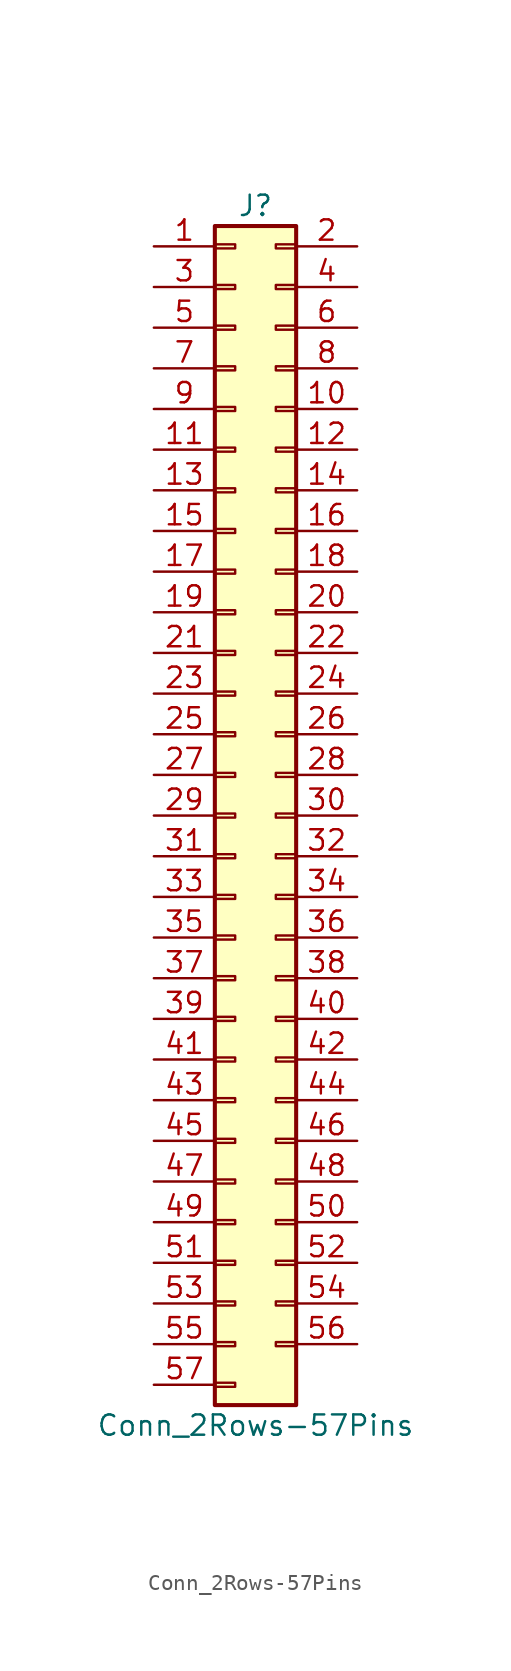
<source format=kicad_sym>
(kicad_symbol_lib
  (version 20201005)
  (generator kicad_symbol_editor)
  (symbol "Conn_2Rows-57Pins"
    (pin_names
      (offset 1.016) hide)
    (property "Reference" "J"
      (at 1.27 38.1 0)
      (effects (font (size 1.27 1.27))))
    (property "Value" "Conn_2Rows-57Pins"
      (at 1.27 -38.1 0)
      (effects (font (size 1.27 1.27))))
    (symbol "Conn_2Rows-57Pins_1_1"
      (rectangle (start -1.27 -35.433) (end 0 -35.687) (stroke (width 0.152)) (fill (type none)))
      (rectangle (start -1.27 -32.893) (end 0 -33.147) (stroke (width 0.152)) (fill (type none)))
      (rectangle (start -1.27 -30.353) (end 0 -30.607) (stroke (width 0.152)) (fill (type none)))
      (rectangle (start -1.27 -27.813) (end 0 -28.067) (stroke (width 0.152)) (fill (type none)))
      (rectangle (start -1.27 -25.273) (end 0 -25.527) (stroke (width 0.152)) (fill (type none)))
      (rectangle (start -1.27 -22.733) (end 0 -22.987) (stroke (width 0.152)) (fill (type none)))
      (rectangle (start -1.27 -20.193) (end 0 -20.447) (stroke (width 0.152)) (fill (type none)))
      (rectangle (start -1.27 -17.653) (end 0 -17.907) (stroke (width 0.152)) (fill (type none)))
      (rectangle (start -1.27 -15.113) (end 0 -15.367) (stroke (width 0.152)) (fill (type none)))
      (rectangle (start -1.27 -12.573) (end 0 -12.827) (stroke (width 0.152)) (fill (type none)))
      (rectangle (start -1.27 -10.033) (end 0 -10.287) (stroke (width 0.152)) (fill (type none)))
      (rectangle (start -1.27 -7.493) (end 0 -7.747) (stroke (width 0.152)) (fill (type none)))
      (rectangle (start -1.27 -4.953) (end 0 -5.207) (stroke (width 0.152)) (fill (type none)))
      (rectangle (start -1.27 -2.413) (end 0 -2.667) (stroke (width 0.152)) (fill (type none)))
      (rectangle (start -1.27 0.127) (end 0 -0.127) (stroke (width 0.152)) (fill (type none)))
      (rectangle (start -1.27 2.667) (end 0 2.413) (stroke (width 0.152)) (fill (type none)))
      (rectangle (start -1.27 5.207) (end 0 4.953) (stroke (width 0.152)) (fill (type none)))
      (rectangle (start -1.27 7.747) (end 0 7.493) (stroke (width 0.152)) (fill (type none)))
      (rectangle (start -1.27 10.287) (end 0 10.033) (stroke (width 0.152)) (fill (type none)))
      (rectangle (start -1.27 12.827) (end 0 12.573) (stroke (width 0.152)) (fill (type none)))
      (rectangle (start -1.27 15.367) (end 0 15.113) (stroke (width 0.152)) (fill (type none)))
      (rectangle (start -1.27 17.907) (end 0 17.653) (stroke (width 0.152)) (fill (type none)))
      (rectangle (start -1.27 20.447) (end 0 20.193) (stroke (width 0.152)) (fill (type none)))
      (rectangle (start -1.27 22.987) (end 0 22.733) (stroke (width 0.152)) (fill (type none)))
      (rectangle (start -1.27 25.527) (end 0 25.273) (stroke (width 0.152)) (fill (type none)))
      (rectangle (start -1.27 28.067) (end 0 27.813) (stroke (width 0.152)) (fill (type none)))
      (rectangle (start -1.27 30.607) (end 0 30.353) (stroke (width 0.152)) (fill (type none)))
      (rectangle (start -1.27 33.147) (end 0 32.893) (stroke (width 0.152)) (fill (type none)))
      (rectangle (start -1.27 35.687) (end 0 35.433) (stroke (width 0.152)) (fill (type none)))
      (rectangle (start 3.81 -32.893) (end 2.54 -33.147) (stroke (width 0.152)) (fill (type none)))
      (rectangle (start 3.81 -30.353) (end 2.54 -30.607) (stroke (width 0.152)) (fill (type none)))
      (rectangle (start 3.81 -27.813) (end 2.54 -28.067) (stroke (width 0.152)) (fill (type none)))
      (rectangle (start 3.81 -25.273) (end 2.54 -25.527) (stroke (width 0.152)) (fill (type none)))
      (rectangle (start 3.81 -22.733) (end 2.54 -22.987) (stroke (width 0.152)) (fill (type none)))
      (rectangle (start 3.81 -20.193) (end 2.54 -20.447) (stroke (width 0.152)) (fill (type none)))
      (rectangle (start 3.81 -17.653) (end 2.54 -17.907) (stroke (width 0.152)) (fill (type none)))
      (rectangle (start 3.81 -15.113) (end 2.54 -15.367) (stroke (width 0.152)) (fill (type none)))
      (rectangle (start 3.81 -12.573) (end 2.54 -12.827) (stroke (width 0.152)) (fill (type none)))
      (rectangle (start 3.81 -10.033) (end 2.54 -10.287) (stroke (width 0.152)) (fill (type none)))
      (rectangle (start 3.81 -7.493) (end 2.54 -7.747) (stroke (width 0.152)) (fill (type none)))
      (rectangle (start 3.81 -4.953) (end 2.54 -5.207) (stroke (width 0.152)) (fill (type none)))
      (rectangle (start 3.81 -2.413) (end 2.54 -2.667) (stroke (width 0.152)) (fill (type none)))
      (rectangle (start 3.81 0.127) (end 2.54 -0.127) (stroke (width 0.152)) (fill (type none)))
      (rectangle (start 3.81 2.667) (end 2.54 2.413) (stroke (width 0.152)) (fill (type none)))
      (rectangle (start 3.81 5.207) (end 2.54 4.953) (stroke (width 0.152)) (fill (type none)))
      (rectangle (start 3.81 7.747) (end 2.54 7.493) (stroke (width 0.152)) (fill (type none)))
      (rectangle (start 3.81 10.287) (end 2.54 10.033) (stroke (width 0.152)) (fill (type none)))
      (rectangle (start 3.81 12.827) (end 2.54 12.573) (stroke (width 0.152)) (fill (type none)))
      (rectangle (start 3.81 15.367) (end 2.54 15.113) (stroke (width 0.152)) (fill (type none)))
      (rectangle (start 3.81 17.907) (end 2.54 17.653) (stroke (width 0.152)) (fill (type none)))
      (rectangle (start 3.81 20.447) (end 2.54 20.193) (stroke (width 0.152)) (fill (type none)))
      (rectangle (start 3.81 22.987) (end 2.54 22.733) (stroke (width 0.152)) (fill (type none)))
      (rectangle (start 3.81 25.527) (end 2.54 25.273) (stroke (width 0.152)) (fill (type none)))
      (rectangle (start 3.81 28.067) (end 2.54 27.813) (stroke (width 0.152)) (fill (type none)))
      (rectangle (start 3.81 30.607) (end 2.54 30.353) (stroke (width 0.152)) (fill (type none)))
      (rectangle (start 3.81 33.147) (end 2.54 32.893) (stroke (width 0.152)) (fill (type none)))
      (rectangle (start 3.81 35.687) (end 2.54 35.433) (stroke (width 0.152)) (fill (type none)))
      (rectangle (start -1.27 36.83) (end 3.81 -36.83) (stroke (width 0.254)) (fill (type background)))
      (pin passive line (at -5.08 35.56 0) (length 3.81) (name "Pin_1" (effects (font (size 1.27 1.27)))) (number "1" (effects (font (size 1.27 1.27)))))
      (pin passive line (at 7.62 25.4 180) (length 3.81) (name "Pin_10" (effects (font (size 1.27 1.27)))) (number "10" (effects (font (size 1.27 1.27)))))
      (pin passive line (at -5.08 22.86 0) (length 3.81) (name "Pin_11" (effects (font (size 1.27 1.27)))) (number "11" (effects (font (size 1.27 1.27)))))
      (pin passive line (at 7.62 22.86 180) (length 3.81) (name "Pin_12" (effects (font (size 1.27 1.27)))) (number "12" (effects (font (size 1.27 1.27)))))
      (pin passive line (at -5.08 20.32 0) (length 3.81) (name "Pin_13" (effects (font (size 1.27 1.27)))) (number "13" (effects (font (size 1.27 1.27)))))
      (pin passive line (at 7.62 20.32 180) (length 3.81) (name "Pin_14" (effects (font (size 1.27 1.27)))) (number "14" (effects (font (size 1.27 1.27)))))
      (pin passive line (at -5.08 17.78 0) (length 3.81) (name "Pin_15" (effects (font (size 1.27 1.27)))) (number "15" (effects (font (size 1.27 1.27)))))
      (pin passive line (at 7.62 17.78 180) (length 3.81) (name "Pin_16" (effects (font (size 1.27 1.27)))) (number "16" (effects (font (size 1.27 1.27)))))
      (pin passive line (at -5.08 15.24 0) (length 3.81) (name "Pin_17" (effects (font (size 1.27 1.27)))) (number "17" (effects (font (size 1.27 1.27)))))
      (pin passive line (at 7.62 15.24 180) (length 3.81) (name "Pin_18" (effects (font (size 1.27 1.27)))) (number "18" (effects (font (size 1.27 1.27)))))
      (pin passive line (at -5.08 12.7 0) (length 3.81) (name "Pin_19" (effects (font (size 1.27 1.27)))) (number "19" (effects (font (size 1.27 1.27)))))
      (pin passive line (at 7.62 35.56 180) (length 3.81) (name "Pin_2" (effects (font (size 1.27 1.27)))) (number "2" (effects (font (size 1.27 1.27)))))
      (pin passive line (at 7.62 12.7 180) (length 3.81) (name "Pin_20" (effects (font (size 1.27 1.27)))) (number "20" (effects (font (size 1.27 1.27)))))
      (pin passive line (at -5.08 10.16 0) (length 3.81) (name "Pin_21" (effects (font (size 1.27 1.27)))) (number "21" (effects (font (size 1.27 1.27)))))
      (pin passive line (at 7.62 10.16 180) (length 3.81) (name "Pin_22" (effects (font (size 1.27 1.27)))) (number "22" (effects (font (size 1.27 1.27)))))
      (pin passive line (at -5.08 7.62 0) (length 3.81) (name "Pin_23" (effects (font (size 1.27 1.27)))) (number "23" (effects (font (size 1.27 1.27)))))
      (pin passive line (at 7.62 7.62 180) (length 3.81) (name "Pin_24" (effects (font (size 1.27 1.27)))) (number "24" (effects (font (size 1.27 1.27)))))
      (pin passive line (at -5.08 5.08 0) (length 3.81) (name "Pin_25" (effects (font (size 1.27 1.27)))) (number "25" (effects (font (size 1.27 1.27)))))
      (pin passive line (at 7.62 5.08 180) (length 3.81) (name "Pin_26" (effects (font (size 1.27 1.27)))) (number "26" (effects (font (size 1.27 1.27)))))
      (pin passive line (at -5.08 2.54 0) (length 3.81) (name "Pin_27" (effects (font (size 1.27 1.27)))) (number "27" (effects (font (size 1.27 1.27)))))
      (pin passive line (at 7.62 2.54 180) (length 3.81) (name "Pin_28" (effects (font (size 1.27 1.27)))) (number "28" (effects (font (size 1.27 1.27)))))
      (pin passive line (at -5.08 0 0) (length 3.81) (name "Pin_29" (effects (font (size 1.27 1.27)))) (number "29" (effects (font (size 1.27 1.27)))))
      (pin passive line (at -5.08 33.02 0) (length 3.81) (name "Pin_3" (effects (font (size 1.27 1.27)))) (number "3" (effects (font (size 1.27 1.27)))))
      (pin passive line (at 7.62 0 180) (length 3.81) (name "Pin_30" (effects (font (size 1.27 1.27)))) (number "30" (effects (font (size 1.27 1.27)))))
      (pin passive line (at -5.08 -2.54 0) (length 3.81) (name "Pin_31" (effects (font (size 1.27 1.27)))) (number "31" (effects (font (size 1.27 1.27)))))
      (pin passive line (at 7.62 -2.54 180) (length 3.81) (name "Pin_32" (effects (font (size 1.27 1.27)))) (number "32" (effects (font (size 1.27 1.27)))))
      (pin passive line (at -5.08 -5.08 0) (length 3.81) (name "Pin_33" (effects (font (size 1.27 1.27)))) (number "33" (effects (font (size 1.27 1.27)))))
      (pin passive line (at 7.62 -5.08 180) (length 3.81) (name "Pin_34" (effects (font (size 1.27 1.27)))) (number "34" (effects (font (size 1.27 1.27)))))
      (pin passive line (at -5.08 -7.62 0) (length 3.81) (name "Pin_35" (effects (font (size 1.27 1.27)))) (number "35" (effects (font (size 1.27 1.27)))))
      (pin passive line (at 7.62 -7.62 180) (length 3.81) (name "Pin_36" (effects (font (size 1.27 1.27)))) (number "36" (effects (font (size 1.27 1.27)))))
      (pin passive line (at -5.08 -10.16 0) (length 3.81) (name "Pin_37" (effects (font (size 1.27 1.27)))) (number "37" (effects (font (size 1.27 1.27)))))
      (pin passive line (at 7.62 -10.16 180) (length 3.81) (name "Pin_38" (effects (font (size 1.27 1.27)))) (number "38" (effects (font (size 1.27 1.27)))))
      (pin passive line (at -5.08 -12.7 0) (length 3.81) (name "Pin_39" (effects (font (size 1.27 1.27)))) (number "39" (effects (font (size 1.27 1.27)))))
      (pin passive line (at 7.62 33.02 180) (length 3.81) (name "Pin_4" (effects (font (size 1.27 1.27)))) (number "4" (effects (font (size 1.27 1.27)))))
      (pin passive line (at 7.62 -12.7 180) (length 3.81) (name "Pin_40" (effects (font (size 1.27 1.27)))) (number "40" (effects (font (size 1.27 1.27)))))
      (pin passive line (at -5.08 -15.24 0) (length 3.81) (name "Pin_41" (effects (font (size 1.27 1.27)))) (number "41" (effects (font (size 1.27 1.27)))))
      (pin passive line (at 7.62 -15.24 180) (length 3.81) (name "Pin_42" (effects (font (size 1.27 1.27)))) (number "42" (effects (font (size 1.27 1.27)))))
      (pin passive line (at -5.08 -17.78 0) (length 3.81) (name "Pin_43" (effects (font (size 1.27 1.27)))) (number "43" (effects (font (size 1.27 1.27)))))
      (pin passive line (at 7.62 -17.78 180) (length 3.81) (name "Pin_44" (effects (font (size 1.27 1.27)))) (number "44" (effects (font (size 1.27 1.27)))))
      (pin passive line (at -5.08 -20.32 0) (length 3.81) (name "Pin_45" (effects (font (size 1.27 1.27)))) (number "45" (effects (font (size 1.27 1.27)))))
      (pin passive line (at 7.62 -20.32 180) (length 3.81) (name "Pin_46" (effects (font (size 1.27 1.27)))) (number "46" (effects (font (size 1.27 1.27)))))
      (pin passive line (at -5.08 -22.86 0) (length 3.81) (name "Pin_47" (effects (font (size 1.27 1.27)))) (number "47" (effects (font (size 1.27 1.27)))))
      (pin passive line (at 7.62 -22.86 180) (length 3.81) (name "Pin_48" (effects (font (size 1.27 1.27)))) (number "48" (effects (font (size 1.27 1.27)))))
      (pin passive line (at -5.08 -25.4 0) (length 3.81) (name "Pin_49" (effects (font (size 1.27 1.27)))) (number "49" (effects (font (size 1.27 1.27)))))
      (pin passive line (at -5.08 30.48 0) (length 3.81) (name "Pin_5" (effects (font (size 1.27 1.27)))) (number "5" (effects (font (size 1.27 1.27)))))
      (pin passive line (at 7.62 -25.4 180) (length 3.81) (name "Pin_50" (effects (font (size 1.27 1.27)))) (number "50" (effects (font (size 1.27 1.27)))))
      (pin passive line (at -5.08 -27.94 0) (length 3.81) (name "Pin_51" (effects (font (size 1.27 1.27)))) (number "51" (effects (font (size 1.27 1.27)))))
      (pin passive line (at 7.62 -27.94 180) (length 3.81) (name "Pin_52" (effects (font (size 1.27 1.27)))) (number "52" (effects (font (size 1.27 1.27)))))
      (pin passive line (at -5.08 -30.48 0) (length 3.81) (name "Pin_53" (effects (font (size 1.27 1.27)))) (number "53" (effects (font (size 1.27 1.27)))))
      (pin passive line (at 7.62 -30.48 180) (length 3.81) (name "Pin_54" (effects (font (size 1.27 1.27)))) (number "54" (effects (font (size 1.27 1.27)))))
      (pin passive line (at -5.08 -33.02 0) (length 3.81) (name "Pin_55" (effects (font (size 1.27 1.27)))) (number "55" (effects (font (size 1.27 1.27)))))
      (pin passive line (at 7.62 -33.02 180) (length 3.81) (name "Pin_56" (effects (font (size 1.27 1.27)))) (number "56" (effects (font (size 1.27 1.27)))))
      (pin passive line (at -5.08 -35.56 0) (length 3.81) (name "Pin_57" (effects (font (size 1.27 1.27)))) (number "57" (effects (font (size 1.27 1.27)))))
      (pin passive line (at 7.62 30.48 180) (length 3.81) (name "Pin_6" (effects (font (size 1.27 1.27)))) (number "6" (effects (font (size 1.27 1.27)))))
      (pin passive line (at -5.08 27.94 0) (length 3.81) (name "Pin_7" (effects (font (size 1.27 1.27)))) (number "7" (effects (font (size 1.27 1.27)))))
      (pin passive line (at 7.62 27.94 180) (length 3.81) (name "Pin_8" (effects (font (size 1.27 1.27)))) (number "8" (effects (font (size 1.27 1.27)))))
      (pin passive line (at -5.08 25.4 0) (length 3.81) (name "Pin_9" (effects (font (size 1.27 1.27)))) (number "9" (effects (font (size 1.27 1.27))))))))
</source>
